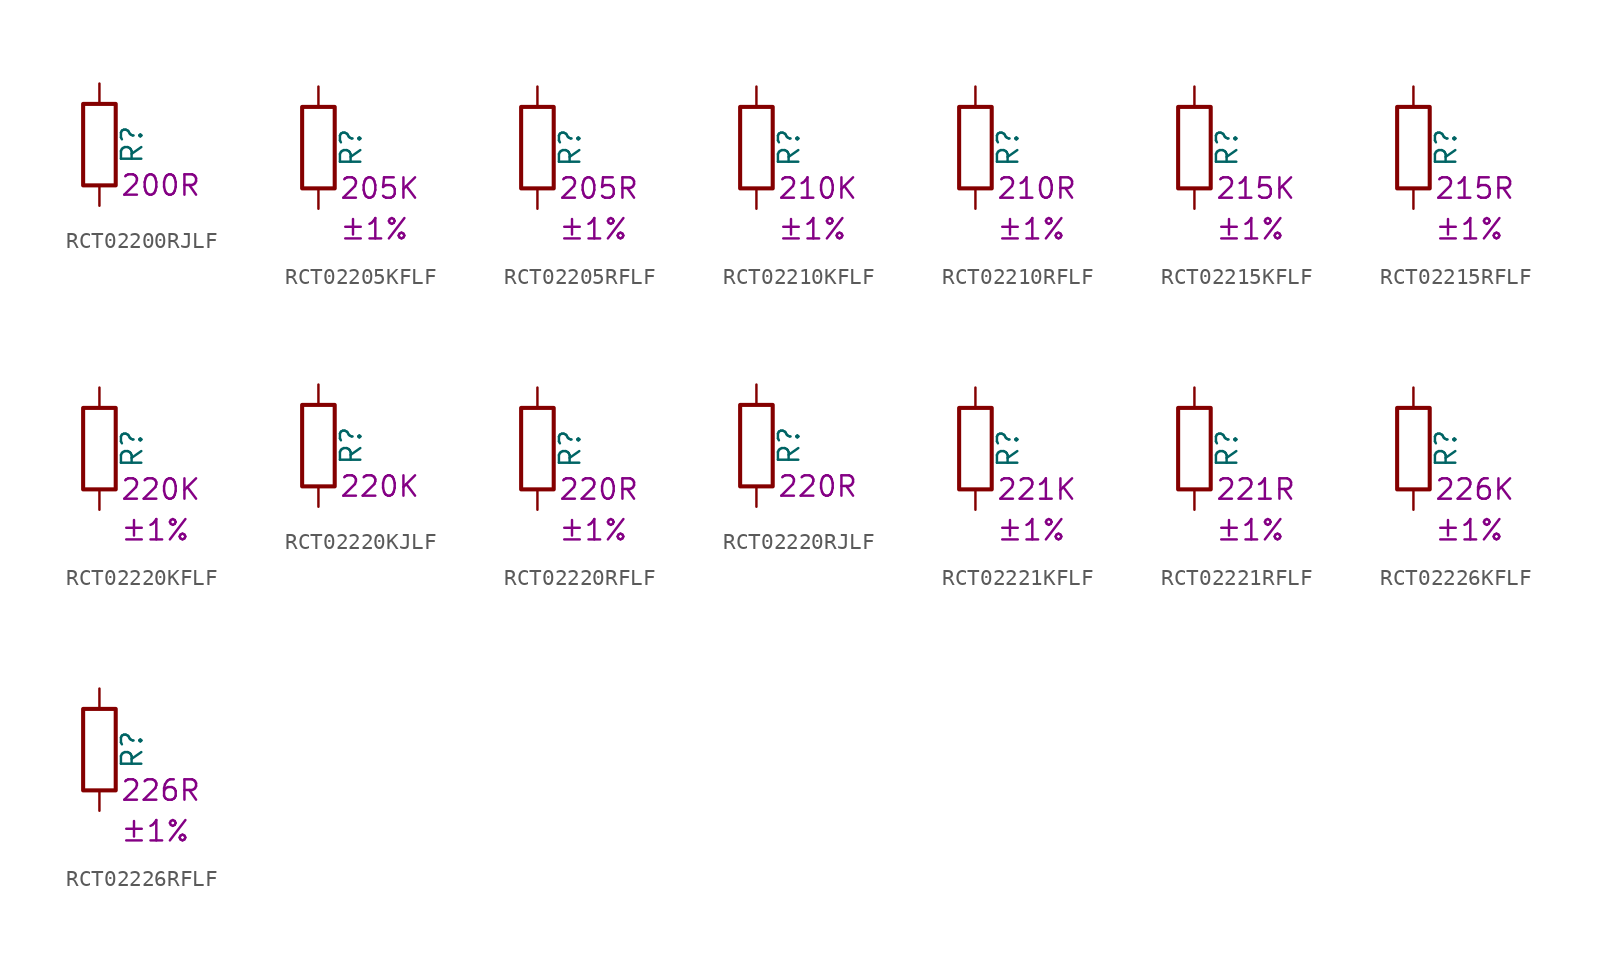
<source format=kicad_sym>
(kicad_symbol_lib
  (version 20220914)
  (generator kicad_symbol_editor)
  (symbol "RCT02200RJLF"
    (pin_numbers hide)
    (pin_names
      (offset 0))
    (property "Reference" "R"
      (at 2.032 0 90)
      (effects (font (size 1.27 1.27))))
    (property "Resistance" "200R"
      (at 1.27 -2.54 0)
      (effects (font (size 1.27 1.27)) (justify left)))
    (symbol "RCT02200RJLF_0_1"
      (rectangle (start -1.016 -2.54) (end 1.016 2.54) (stroke (width 0.254) (type default)) (fill (type none))))
    (symbol "RCT02200RJLF_1_1"
      (pin passive line (at 0 3.81 270) (length 1.27) (name "~" (effects (font (size 1.27 1.27)))) (number "1" (effects (font (size 1.27 1.27)))))
      (pin passive line (at 0 -3.81 90) (length 1.27) (name "~" (effects (font (size 1.27 1.27)))) (number "2" (effects (font (size 1.27 1.27)))))))
  (symbol "RCT02205KFLF"
    (pin_numbers hide)
    (pin_names
      (offset 0))
    (property "Reference" "R"
      (at 2.032 0 90)
      (effects (font (size 1.27 1.27))))
    (property "Resistance" "205K"
      (at 1.27 -2.54 0)
      (effects (font (size 1.27 1.27)) (justify left)))
    (property "Tolerance" "±1%"
      (at 1.27 -5.08 0)
      (effects (font (size 1.27 1.27)) (justify left)))
    (symbol "RCT02205KFLF_0_1"
      (rectangle (start -1.016 -2.54) (end 1.016 2.54) (stroke (width 0.254) (type default)) (fill (type none))))
    (symbol "RCT02205KFLF_1_1"
      (pin passive line (at 0 3.81 270) (length 1.27) (name "~" (effects (font (size 1.27 1.27)))) (number "1" (effects (font (size 1.27 1.27)))))
      (pin passive line (at 0 -3.81 90) (length 1.27) (name "~" (effects (font (size 1.27 1.27)))) (number "2" (effects (font (size 1.27 1.27)))))))
  (symbol "RCT02205RFLF"
    (pin_numbers hide)
    (pin_names
      (offset 0))
    (property "Reference" "R"
      (at 2.032 0 90)
      (effects (font (size 1.27 1.27))))
    (property "Resistance" "205R"
      (at 1.27 -2.54 0)
      (effects (font (size 1.27 1.27)) (justify left)))
    (property "Tolerance" "±1%"
      (at 1.27 -5.08 0)
      (effects (font (size 1.27 1.27)) (justify left)))
    (symbol "RCT02205RFLF_0_1"
      (rectangle (start -1.016 -2.54) (end 1.016 2.54) (stroke (width 0.254) (type default)) (fill (type none))))
    (symbol "RCT02205RFLF_1_1"
      (pin passive line (at 0 3.81 270) (length 1.27) (name "~" (effects (font (size 1.27 1.27)))) (number "1" (effects (font (size 1.27 1.27)))))
      (pin passive line (at 0 -3.81 90) (length 1.27) (name "~" (effects (font (size 1.27 1.27)))) (number "2" (effects (font (size 1.27 1.27)))))))
  (symbol "RCT02210KFLF"
    (pin_numbers hide)
    (pin_names
      (offset 0))
    (property "Reference" "R"
      (at 2.032 0 90)
      (effects (font (size 1.27 1.27))))
    (property "Resistance" "210K"
      (at 1.27 -2.54 0)
      (effects (font (size 1.27 1.27)) (justify left)))
    (property "Tolerance" "±1%"
      (at 1.27 -5.08 0)
      (effects (font (size 1.27 1.27)) (justify left)))
    (symbol "RCT02210KFLF_0_1"
      (rectangle (start -1.016 -2.54) (end 1.016 2.54) (stroke (width 0.254) (type default)) (fill (type none))))
    (symbol "RCT02210KFLF_1_1"
      (pin passive line (at 0 3.81 270) (length 1.27) (name "~" (effects (font (size 1.27 1.27)))) (number "1" (effects (font (size 1.27 1.27)))))
      (pin passive line (at 0 -3.81 90) (length 1.27) (name "~" (effects (font (size 1.27 1.27)))) (number "2" (effects (font (size 1.27 1.27)))))))
  (symbol "RCT02210RFLF"
    (pin_numbers hide)
    (pin_names
      (offset 0))
    (property "Reference" "R"
      (at 2.032 0 90)
      (effects (font (size 1.27 1.27))))
    (property "Resistance" "210R"
      (at 1.27 -2.54 0)
      (effects (font (size 1.27 1.27)) (justify left)))
    (property "Tolerance" "±1%"
      (at 1.27 -5.08 0)
      (effects (font (size 1.27 1.27)) (justify left)))
    (symbol "RCT02210RFLF_0_1"
      (rectangle (start -1.016 -2.54) (end 1.016 2.54) (stroke (width 0.254) (type default)) (fill (type none))))
    (symbol "RCT02210RFLF_1_1"
      (pin passive line (at 0 3.81 270) (length 1.27) (name "~" (effects (font (size 1.27 1.27)))) (number "1" (effects (font (size 1.27 1.27)))))
      (pin passive line (at 0 -3.81 90) (length 1.27) (name "~" (effects (font (size 1.27 1.27)))) (number "2" (effects (font (size 1.27 1.27)))))))
  (symbol "RCT02215KFLF"
    (pin_numbers hide)
    (pin_names
      (offset 0))
    (property "Reference" "R"
      (at 2.032 0 90)
      (effects (font (size 1.27 1.27))))
    (property "Resistance" "215K"
      (at 1.27 -2.54 0)
      (effects (font (size 1.27 1.27)) (justify left)))
    (property "Tolerance" "±1%"
      (at 1.27 -5.08 0)
      (effects (font (size 1.27 1.27)) (justify left)))
    (symbol "RCT02215KFLF_0_1"
      (rectangle (start -1.016 -2.54) (end 1.016 2.54) (stroke (width 0.254) (type default)) (fill (type none))))
    (symbol "RCT02215KFLF_1_1"
      (pin passive line (at 0 3.81 270) (length 1.27) (name "~" (effects (font (size 1.27 1.27)))) (number "1" (effects (font (size 1.27 1.27)))))
      (pin passive line (at 0 -3.81 90) (length 1.27) (name "~" (effects (font (size 1.27 1.27)))) (number "2" (effects (font (size 1.27 1.27)))))))
  (symbol "RCT02215RFLF"
    (pin_numbers hide)
    (pin_names
      (offset 0))
    (property "Reference" "R"
      (at 2.032 0 90)
      (effects (font (size 1.27 1.27))))
    (property "Resistance" "215R"
      (at 1.27 -2.54 0)
      (effects (font (size 1.27 1.27)) (justify left)))
    (property "Tolerance" "±1%"
      (at 1.27 -5.08 0)
      (effects (font (size 1.27 1.27)) (justify left)))
    (symbol "RCT02215RFLF_0_1"
      (rectangle (start -1.016 -2.54) (end 1.016 2.54) (stroke (width 0.254) (type default)) (fill (type none))))
    (symbol "RCT02215RFLF_1_1"
      (pin passive line (at 0 3.81 270) (length 1.27) (name "~" (effects (font (size 1.27 1.27)))) (number "1" (effects (font (size 1.27 1.27)))))
      (pin passive line (at 0 -3.81 90) (length 1.27) (name "~" (effects (font (size 1.27 1.27)))) (number "2" (effects (font (size 1.27 1.27)))))))
  (symbol "RCT02220KFLF"
    (pin_numbers hide)
    (pin_names
      (offset 0))
    (property "Reference" "R"
      (at 2.032 0 90)
      (effects (font (size 1.27 1.27))))
    (property "Resistance" "220K"
      (at 1.27 -2.54 0)
      (effects (font (size 1.27 1.27)) (justify left)))
    (property "Tolerance" "±1%"
      (at 1.27 -5.08 0)
      (effects (font (size 1.27 1.27)) (justify left)))
    (symbol "RCT02220KFLF_0_1"
      (rectangle (start -1.016 -2.54) (end 1.016 2.54) (stroke (width 0.254) (type default)) (fill (type none))))
    (symbol "RCT02220KFLF_1_1"
      (pin passive line (at 0 3.81 270) (length 1.27) (name "~" (effects (font (size 1.27 1.27)))) (number "1" (effects (font (size 1.27 1.27)))))
      (pin passive line (at 0 -3.81 90) (length 1.27) (name "~" (effects (font (size 1.27 1.27)))) (number "2" (effects (font (size 1.27 1.27)))))))
  (symbol "RCT02220KJLF"
    (pin_numbers hide)
    (pin_names
      (offset 0))
    (property "Reference" "R"
      (at 2.032 0 90)
      (effects (font (size 1.27 1.27))))
    (property "Resistance" "220K"
      (at 1.27 -2.54 0)
      (effects (font (size 1.27 1.27)) (justify left)))
    (symbol "RCT02220KJLF_0_1"
      (rectangle (start -1.016 -2.54) (end 1.016 2.54) (stroke (width 0.254) (type default)) (fill (type none))))
    (symbol "RCT02220KJLF_1_1"
      (pin passive line (at 0 3.81 270) (length 1.27) (name "~" (effects (font (size 1.27 1.27)))) (number "1" (effects (font (size 1.27 1.27)))))
      (pin passive line (at 0 -3.81 90) (length 1.27) (name "~" (effects (font (size 1.27 1.27)))) (number "2" (effects (font (size 1.27 1.27)))))))
  (symbol "RCT02220RFLF"
    (pin_numbers hide)
    (pin_names
      (offset 0))
    (property "Reference" "R"
      (at 2.032 0 90)
      (effects (font (size 1.27 1.27))))
    (property "Resistance" "220R"
      (at 1.27 -2.54 0)
      (effects (font (size 1.27 1.27)) (justify left)))
    (property "Tolerance" "±1%"
      (at 1.27 -5.08 0)
      (effects (font (size 1.27 1.27)) (justify left)))
    (symbol "RCT02220RFLF_0_1"
      (rectangle (start -1.016 -2.54) (end 1.016 2.54) (stroke (width 0.254) (type default)) (fill (type none))))
    (symbol "RCT02220RFLF_1_1"
      (pin passive line (at 0 3.81 270) (length 1.27) (name "~" (effects (font (size 1.27 1.27)))) (number "1" (effects (font (size 1.27 1.27)))))
      (pin passive line (at 0 -3.81 90) (length 1.27) (name "~" (effects (font (size 1.27 1.27)))) (number "2" (effects (font (size 1.27 1.27)))))))
  (symbol "RCT02220RJLF"
    (pin_numbers hide)
    (pin_names
      (offset 0))
    (property "Reference" "R"
      (at 2.032 0 90)
      (effects (font (size 1.27 1.27))))
    (property "Resistance" "220R"
      (at 1.27 -2.54 0)
      (effects (font (size 1.27 1.27)) (justify left)))
    (symbol "RCT02220RJLF_0_1"
      (rectangle (start -1.016 -2.54) (end 1.016 2.54) (stroke (width 0.254) (type default)) (fill (type none))))
    (symbol "RCT02220RJLF_1_1"
      (pin passive line (at 0 3.81 270) (length 1.27) (name "~" (effects (font (size 1.27 1.27)))) (number "1" (effects (font (size 1.27 1.27)))))
      (pin passive line (at 0 -3.81 90) (length 1.27) (name "~" (effects (font (size 1.27 1.27)))) (number "2" (effects (font (size 1.27 1.27)))))))
  (symbol "RCT02221KFLF"
    (pin_numbers hide)
    (pin_names
      (offset 0))
    (property "Reference" "R"
      (at 2.032 0 90)
      (effects (font (size 1.27 1.27))))
    (property "Resistance" "221K"
      (at 1.27 -2.54 0)
      (effects (font (size 1.27 1.27)) (justify left)))
    (property "Tolerance" "±1%"
      (at 1.27 -5.08 0)
      (effects (font (size 1.27 1.27)) (justify left)))
    (symbol "RCT02221KFLF_0_1"
      (rectangle (start -1.016 -2.54) (end 1.016 2.54) (stroke (width 0.254) (type default)) (fill (type none))))
    (symbol "RCT02221KFLF_1_1"
      (pin passive line (at 0 3.81 270) (length 1.27) (name "~" (effects (font (size 1.27 1.27)))) (number "1" (effects (font (size 1.27 1.27)))))
      (pin passive line (at 0 -3.81 90) (length 1.27) (name "~" (effects (font (size 1.27 1.27)))) (number "2" (effects (font (size 1.27 1.27)))))))
  (symbol "RCT02221RFLF"
    (pin_numbers hide)
    (pin_names
      (offset 0))
    (property "Reference" "R"
      (at 2.032 0 90)
      (effects (font (size 1.27 1.27))))
    (property "Resistance" "221R"
      (at 1.27 -2.54 0)
      (effects (font (size 1.27 1.27)) (justify left)))
    (property "Tolerance" "±1%"
      (at 1.27 -5.08 0)
      (effects (font (size 1.27 1.27)) (justify left)))
    (symbol "RCT02221RFLF_0_1"
      (rectangle (start -1.016 -2.54) (end 1.016 2.54) (stroke (width 0.254) (type default)) (fill (type none))))
    (symbol "RCT02221RFLF_1_1"
      (pin passive line (at 0 3.81 270) (length 1.27) (name "~" (effects (font (size 1.27 1.27)))) (number "1" (effects (font (size 1.27 1.27)))))
      (pin passive line (at 0 -3.81 90) (length 1.27) (name "~" (effects (font (size 1.27 1.27)))) (number "2" (effects (font (size 1.27 1.27)))))))
  (symbol "RCT02226KFLF"
    (pin_numbers hide)
    (pin_names
      (offset 0))
    (property "Reference" "R"
      (at 2.032 0 90)
      (effects (font (size 1.27 1.27))))
    (property "Resistance" "226K"
      (at 1.27 -2.54 0)
      (effects (font (size 1.27 1.27)) (justify left)))
    (property "Tolerance" "±1%"
      (at 1.27 -5.08 0)
      (effects (font (size 1.27 1.27)) (justify left)))
    (symbol "RCT02226KFLF_0_1"
      (rectangle (start -1.016 -2.54) (end 1.016 2.54) (stroke (width 0.254) (type default)) (fill (type none))))
    (symbol "RCT02226KFLF_1_1"
      (pin passive line (at 0 3.81 270) (length 1.27) (name "~" (effects (font (size 1.27 1.27)))) (number "1" (effects (font (size 1.27 1.27)))))
      (pin passive line (at 0 -3.81 90) (length 1.27) (name "~" (effects (font (size 1.27 1.27)))) (number "2" (effects (font (size 1.27 1.27)))))))
  (symbol "RCT02226RFLF"
    (pin_numbers hide)
    (pin_names
      (offset 0))
    (property "Reference" "R"
      (at 2.032 0 90)
      (effects (font (size 1.27 1.27))))
    (property "Resistance" "226R"
      (at 1.27 -2.54 0)
      (effects (font (size 1.27 1.27)) (justify left)))
    (property "Tolerance" "±1%"
      (at 1.27 -5.08 0)
      (effects (font (size 1.27 1.27)) (justify left)))
    (symbol "RCT02226RFLF_0_1"
      (rectangle (start -1.016 -2.54) (end 1.016 2.54) (stroke (width 0.254) (type default)) (fill (type none))))
    (symbol "RCT02226RFLF_1_1"
      (pin passive line (at 0 3.81 270) (length 1.27) (name "~" (effects (font (size 1.27 1.27)))) (number "1" (effects (font (size 1.27 1.27)))))
      (pin passive line (at 0 -3.81 90) (length 1.27) (name "~" (effects (font (size 1.27 1.27)))) (number "2" (effects (font (size 1.27 1.27))))))))
</source>
